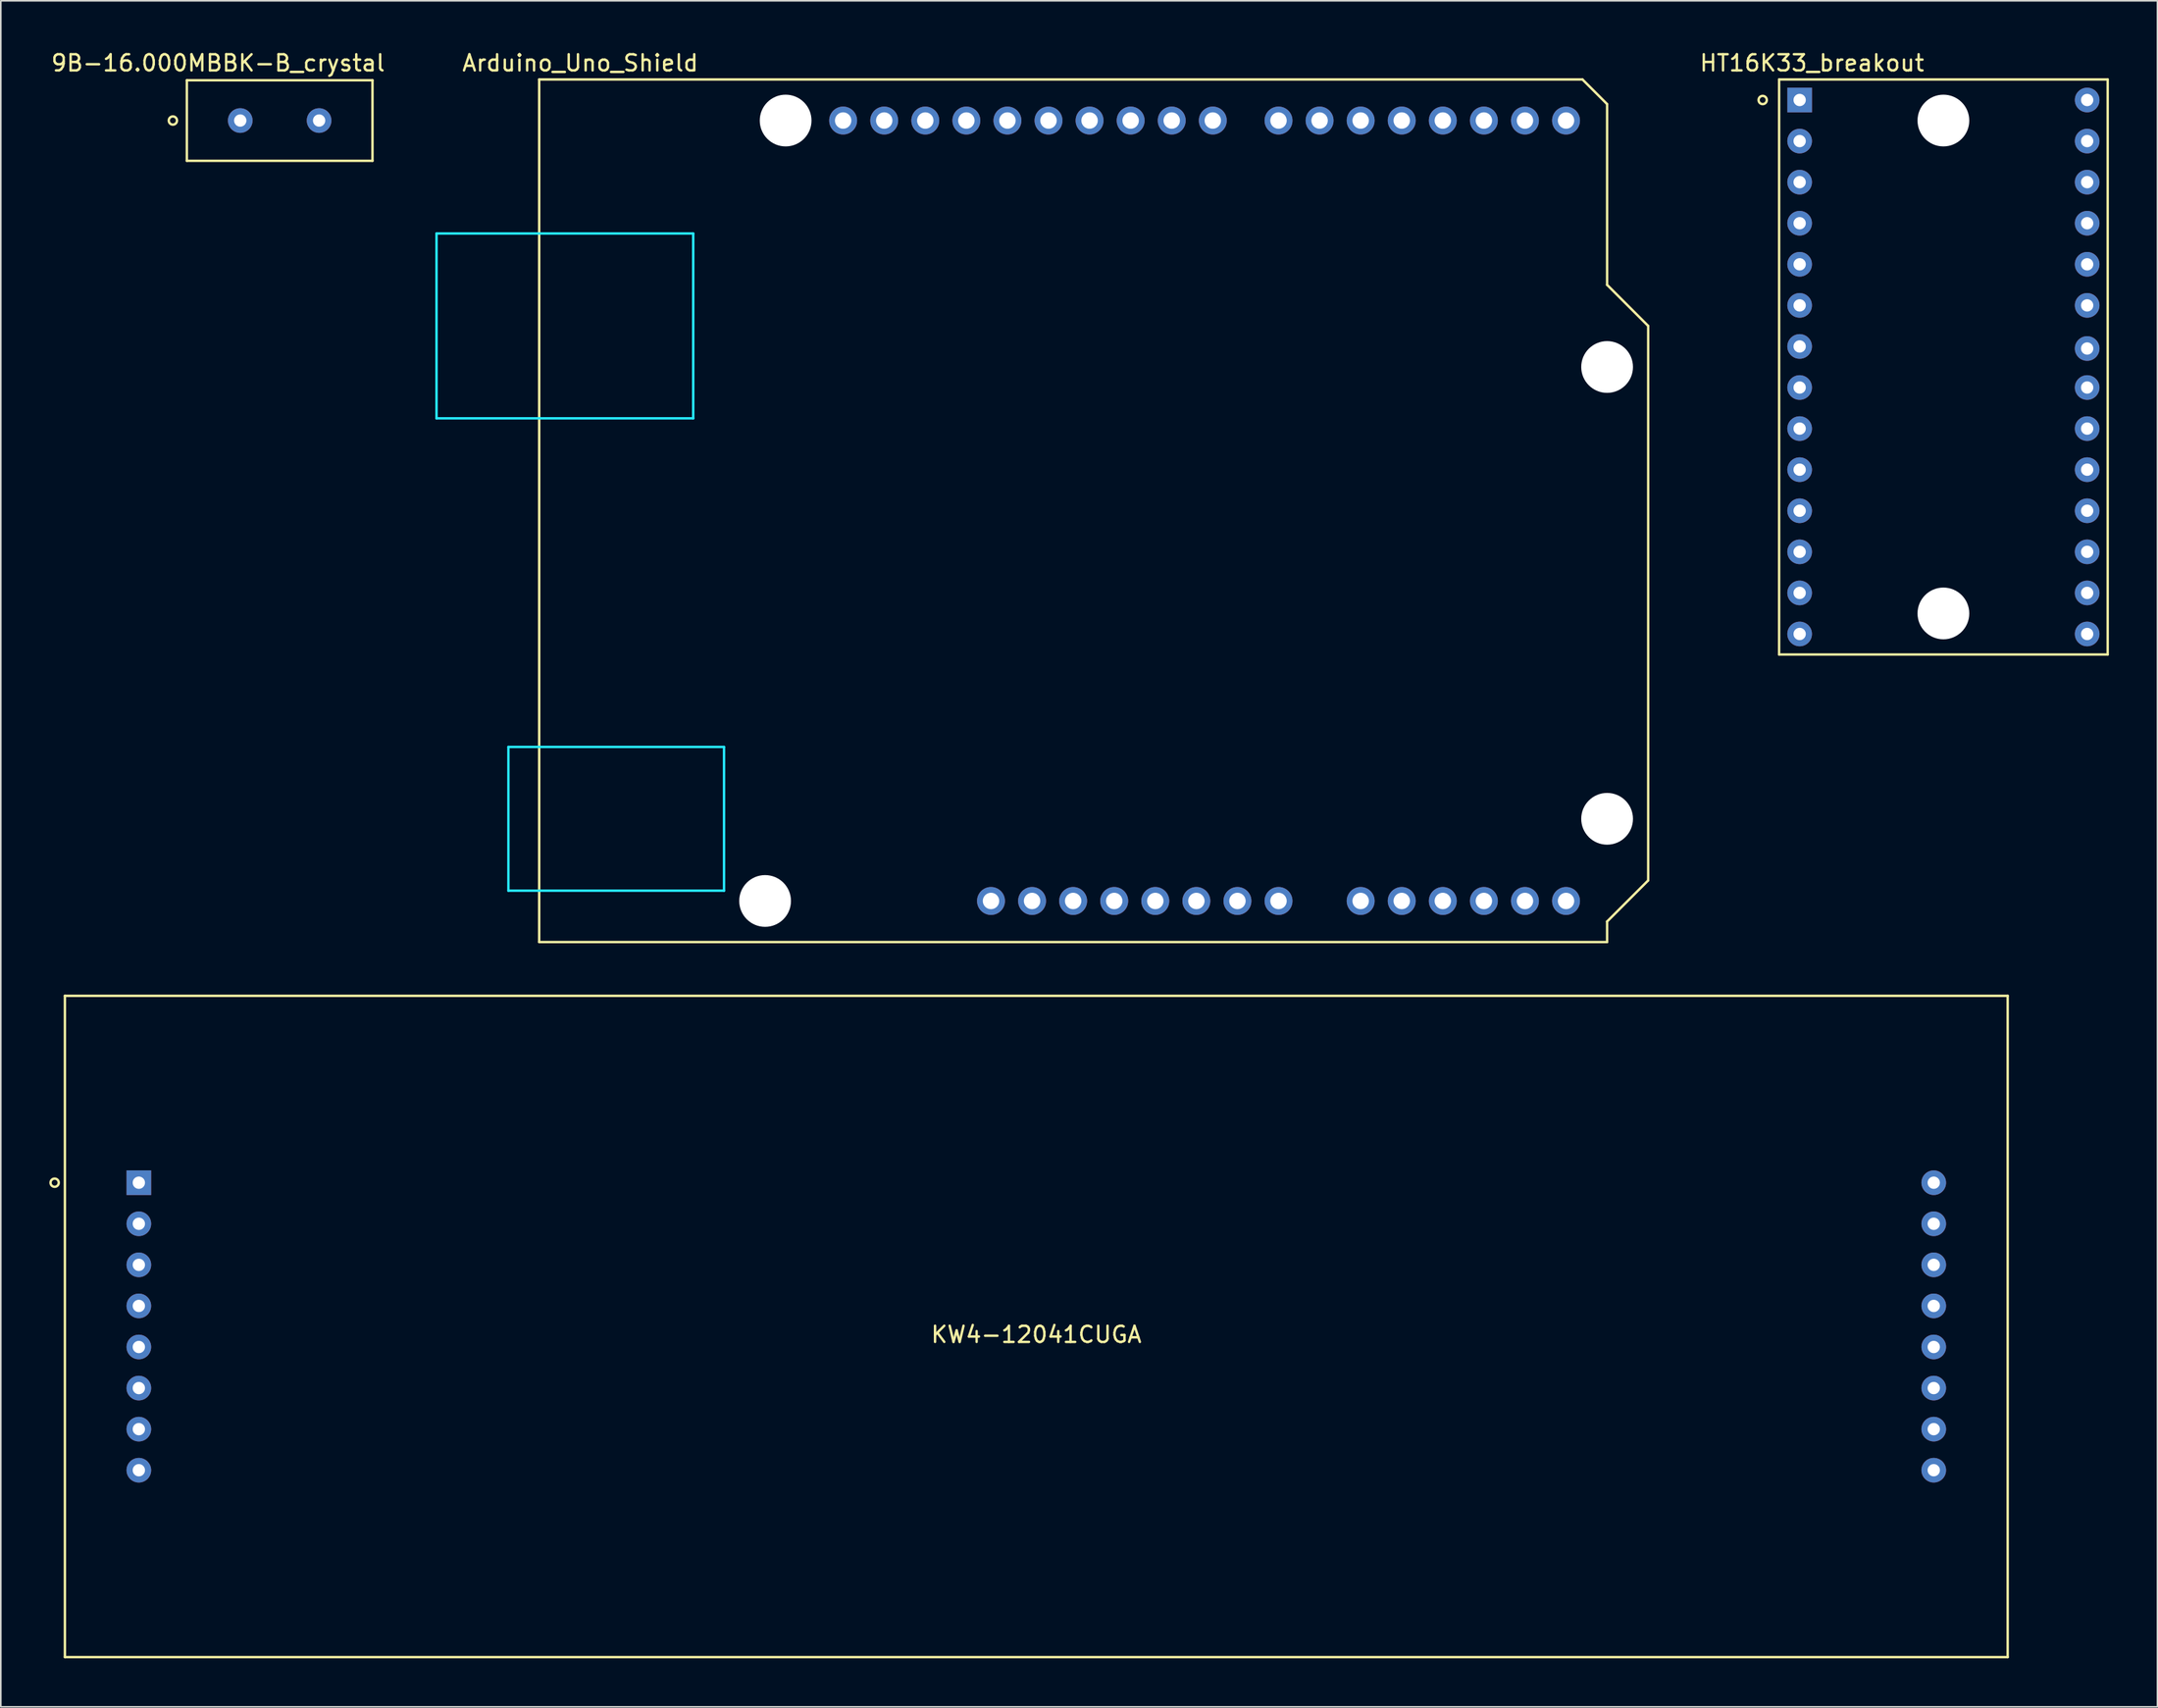
<source format=kicad_pcb>
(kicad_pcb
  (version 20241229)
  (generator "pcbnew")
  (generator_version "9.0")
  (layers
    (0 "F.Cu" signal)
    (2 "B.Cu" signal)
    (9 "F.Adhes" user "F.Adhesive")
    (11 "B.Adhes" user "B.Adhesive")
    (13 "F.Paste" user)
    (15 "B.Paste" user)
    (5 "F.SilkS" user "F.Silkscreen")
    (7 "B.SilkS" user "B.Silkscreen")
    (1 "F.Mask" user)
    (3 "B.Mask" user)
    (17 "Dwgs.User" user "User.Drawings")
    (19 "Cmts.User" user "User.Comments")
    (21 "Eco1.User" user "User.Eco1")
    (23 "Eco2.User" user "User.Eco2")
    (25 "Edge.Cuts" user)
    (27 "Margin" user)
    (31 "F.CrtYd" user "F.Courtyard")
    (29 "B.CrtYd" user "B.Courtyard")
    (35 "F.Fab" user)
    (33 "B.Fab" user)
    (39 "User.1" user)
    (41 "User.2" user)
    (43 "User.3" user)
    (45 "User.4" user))
  (footprint "9B-16.000MBBK-B_crystal"
    (layer "F.Cu")
    (at 14.245 4.404)
    (property "Reference" "9B-16.000MBBK-B_crystal" (at -3.81 -3.556 0) (layer "F.SilkS") (effects (font (size 1 1) (thickness 0.15))))
    (attr through_hole)
    (fp_line (start -5.74 -2.489) (end -5.74 2.489) (stroke (width 0.15) (type solid)) (layer "F.SilkS"))
    (fp_line (start -5.74 -2.489) (end 5.74 -2.489) (stroke (width 0.15) (type solid)) (layer "F.SilkS"))
    (fp_line (start -5.74 2.489) (end 5.74 2.489) (stroke (width 0.15) (type solid)) (layer "F.SilkS"))
    (fp_line (start 5.74 2.489) (end 5.74 -2.489) (stroke (width 0.15) (type solid)) (layer "F.SilkS"))
    (fp_circle (center -6.604 0) (end -6.35 0) (stroke (width 0.15) (type solid)) (fill no) (layer "F.SilkS"))
    (pad "1" thru_hole circle (at -2.438 0) (size 1.524 1.524) (drill 0.762) (layers "*.Cu" "*.Mask"))
    (pad "2" thru_hole circle (at 2.438 0) (size 1.524 1.524) (drill 0.762) (layers "*.Cu" "*.Mask")))
  (footprint "HT16K33_breakout"
    (layer "F.Cu")
    (at 117.131 19.644)
    (property "Reference" "HT16K33_breakout" (at -8.128 -18.796 0) (layer "F.SilkS") (effects (font (size 1 1) (thickness 0.15))))
    (attr through_hole)
    (fp_line (start -10.16 -17.78) (end 10.16 -17.78) (stroke (width 0.15) (type solid)) (layer "F.SilkS"))
    (fp_line (start -10.16 17.78) (end -10.16 -17.78) (stroke (width 0.15) (type solid)) (layer "F.SilkS"))
    (fp_line (start 10.16 -17.78) (end 10.16 17.78) (stroke (width 0.15) (type solid)) (layer "F.SilkS"))
    (fp_line (start 10.16 17.78) (end -10.16 17.78) (stroke (width 0.15) (type solid)) (layer "F.SilkS"))
    (fp_circle (center -11.176 -16.51) (end -10.922 -16.51) (stroke (width 0.15) (type solid)) (fill no) (layer "F.SilkS"))
    (pad "" np_thru_hole circle (at 0 -15.24) (size 3.2 3.2) (drill 3.2) (layers "*.Cu" "*.Mask"))
    (pad "" np_thru_hole circle (at 0 15.24) (size 3.2 3.2) (drill 3.2) (layers "*.Cu" "*.Mask"))
    (pad "1" thru_hole rect (at -8.89 -16.51) (size 1.524 1.524) (drill 0.762) (layers "*.Cu" "*.Mask"))
    (pad "2" thru_hole circle (at -8.89 -13.97) (size 1.524 1.524) (drill 0.762) (layers "*.Cu" "*.Mask"))
    (pad "3" thru_hole circle (at -8.89 -11.43) (size 1.524 1.524) (drill 0.762) (layers "*.Cu" "*.Mask"))
    (pad "4" thru_hole circle (at -8.89 -8.89) (size 1.524 1.524) (drill 0.762) (layers "*.Cu" "*.Mask"))
    (pad "5" thru_hole circle (at -8.89 -6.35) (size 1.524 1.524) (drill 0.762) (layers "*.Cu" "*.Mask"))
    (pad "6" thru_hole circle (at -8.89 -3.81) (size 1.524 1.524) (drill 0.762) (layers "*.Cu" "*.Mask"))
    (pad "7" thru_hole circle (at -8.89 -1.27) (size 1.524 1.524) (drill 0.762) (layers "*.Cu" "*.Mask"))
    (pad "8" thru_hole circle (at -8.89 1.27) (size 1.524 1.524) (drill 0.762) (layers "*.Cu" "*.Mask"))
    (pad "9" thru_hole circle (at -8.89 3.81) (size 1.524 1.524) (drill 0.762) (layers "*.Cu" "*.Mask"))
    (pad "10" thru_hole circle (at -8.89 6.35) (size 1.524 1.524) (drill 0.762) (layers "*.Cu" "*.Mask"))
    (pad "11" thru_hole circle (at -8.89 8.89) (size 1.524 1.524) (drill 0.762) (layers "*.Cu" "*.Mask"))
    (pad "12" thru_hole circle (at -8.89 11.43) (size 1.524 1.524) (drill 0.762) (layers "*.Cu" "*.Mask"))
    (pad "13" thru_hole circle (at -8.89 13.97) (size 1.524 1.524) (drill 0.762) (layers "*.Cu" "*.Mask"))
    (pad "14" thru_hole circle (at -8.89 16.51) (size 1.524 1.524) (drill 0.762) (layers "*.Cu" "*.Mask"))
    (pad "15" thru_hole circle (at 8.89 16.51) (size 1.524 1.524) (drill 0.762) (layers "*.Cu" "*.Mask"))
    (pad "16" thru_hole circle (at 8.89 13.97) (size 1.524 1.524) (drill 0.762) (layers "*.Cu" "*.Mask"))
    (pad "17" thru_hole circle (at 8.89 11.43) (size 1.524 1.524) (drill 0.762) (layers "*.Cu" "*.Mask"))
    (pad "18" thru_hole circle (at 8.89 8.89) (size 1.524 1.524) (drill 0.762) (layers "*.Cu" "*.Mask"))
    (pad "19" thru_hole circle (at 8.89 6.35) (size 1.524 1.524) (drill 0.762) (layers "*.Cu" "*.Mask"))
    (pad "20" thru_hole circle (at 8.89 3.81) (size 1.524 1.524) (drill 0.762) (layers "*.Cu" "*.Mask"))
    (pad "21" thru_hole circle (at 8.89 1.27) (size 1.524 1.524) (drill 0.762) (layers "*.Cu" "*.Mask"))
    (pad "22" thru_hole circle (at 8.89 -1.143) (size 1.524 1.524) (drill 0.762) (layers "*.Cu" "*.Mask"))
    (pad "23" thru_hole circle (at 8.89 -3.81) (size 1.524 1.524) (drill 0.762) (layers "*.Cu" "*.Mask"))
    (pad "24" thru_hole circle (at 8.89 -6.35) (size 1.524 1.524) (drill 0.762) (layers "*.Cu" "*.Mask"))
    (pad "25" thru_hole circle (at 8.89 -8.89) (size 1.524 1.524) (drill 0.762) (layers "*.Cu" "*.Mask"))
    (pad "26" thru_hole circle (at 8.89 -11.43) (size 1.524 1.524) (drill 0.762) (layers "*.Cu" "*.Mask"))
    (pad "27" thru_hole circle (at 8.89 -13.97) (size 1.524 1.524) (drill 0.762) (layers "*.Cu" "*.Mask"))
    (pad "28" thru_hole circle (at 8.89 -16.51) (size 1.524 1.524) (drill 0.762) (layers "*.Cu" "*.Mask")))
  (footprint "KW4-12041CUGA"
    (layer "F.Cu")
    (at 61.035 78.976)
    (property "Reference" "KW4-12041CUGA" (at 0 0.5 0) (layer "F.SilkS") (effects (font (size 1 1) (thickness 0.15))))
    (attr through_hole)
    (fp_line (start -60.071 -20.447) (end 60.071 -20.447) (stroke (width 0.15) (type solid)) (layer "F.SilkS"))
    (fp_line (start -60.071 20.447) (end -60.071 -20.447) (stroke (width 0.15) (type solid)) (layer "F.SilkS"))
    (fp_line (start 60.071 -20.447) (end 60.071 20.447) (stroke (width 0.15) (type solid)) (layer "F.SilkS"))
    (fp_line (start 60.071 20.447) (end -60.071 20.447) (stroke (width 0.15) (type solid)) (layer "F.SilkS"))
    (fp_circle (center -60.706 -8.89) (end -60.452 -8.89) (stroke (width 0.15) (type solid)) (fill no) (layer "F.SilkS"))
    (pad "1" thru_hole rect (at -55.499 -8.89) (size 1.524 1.524) (drill 0.762) (layers "*.Cu" "*.Mask"))
    (pad "2" thru_hole circle (at -55.499 -6.35) (size 1.524 1.524) (drill 0.762) (layers "*.Cu" "*.Mask"))
    (pad "3" thru_hole circle (at -55.499 -3.81) (size 1.524 1.524) (drill 0.762) (layers "*.Cu" "*.Mask"))
    (pad "4" thru_hole circle (at -55.499 -1.27) (size 1.524 1.524) (drill 0.762) (layers "*.Cu" "*.Mask"))
    (pad "5" thru_hole circle (at -55.499 1.27) (size 1.524 1.524) (drill 0.762) (layers "*.Cu" "*.Mask"))
    (pad "6" thru_hole circle (at -55.499 3.81) (size 1.524 1.524) (drill 0.762) (layers "*.Cu" "*.Mask"))
    (pad "7" thru_hole circle (at -55.499 6.35) (size 1.524 1.524) (drill 0.762) (layers "*.Cu" "*.Mask"))
    (pad "8" thru_hole circle (at -55.499 8.89) (size 1.524 1.524) (drill 0.762) (layers "*.Cu" "*.Mask"))
    (pad "9" thru_hole circle (at 55.499 8.89) (size 1.524 1.524) (drill 0.762) (layers "*.Cu" "*.Mask"))
    (pad "10" thru_hole circle (at 55.499 6.35) (size 1.524 1.524) (drill 0.762) (layers "*.Cu" "*.Mask"))
    (pad "11" thru_hole circle (at 55.499 3.81) (size 1.524 1.524) (drill 0.762) (layers "*.Cu" "*.Mask"))
    (pad "12" thru_hole circle (at 55.499 1.27) (size 1.524 1.524) (drill 0.762) (layers "*.Cu" "*.Mask"))
    (pad "13" thru_hole circle (at 55.499 -1.27) (size 1.524 1.524) (drill 0.762) (layers "*.Cu" "*.Mask"))
    (pad "14" thru_hole circle (at 55.499 -3.81) (size 1.524 1.524) (drill 0.762) (layers "*.Cu" "*.Mask"))
    (pad "15" thru_hole circle (at 55.499 -6.35) (size 1.524 1.524) (drill 0.762) (layers "*.Cu" "*.Mask"))
    (pad "16" thru_hole circle (at 55.499 -8.89) (size 1.524 1.524) (drill 0.762) (layers "*.Cu" "*.Mask")))
  (footprint "Arduino_Uno_Shield"
    (layer "F.Cu")
    (at 30.294 55.204)
    (property "Reference" "Arduino_Uno_Shield" (at 2.54 -54.356 0) (layer "F.SilkS") (effects (font (size 1 1) (thickness 0.15))))
    (attr through_hole)
    (fp_line (start 0 -53.34) (end 0 0) (stroke (width 0.15) (type solid)) (layer "F.SilkS"))
    (fp_line (start 0 -53.34) (end 64.516 -53.34) (stroke (width 0.15) (type solid)) (layer "F.SilkS"))
    (fp_line (start 0 0) (end 66.04 0) (stroke (width 0.15) (type solid)) (layer "F.SilkS"))
    (fp_line (start 64.516 -53.34) (end 66.04 -51.816) (stroke (width 0.15) (type solid)) (layer "F.SilkS"))
    (fp_line (start 66.04 -40.64) (end 66.04 -51.816) (stroke (width 0.15) (type solid)) (layer "F.SilkS"))
    (fp_line (start 66.04 -1.27) (end 68.58 -3.81) (stroke (width 0.15) (type solid)) (layer "F.SilkS"))
    (fp_line (start 66.04 0) (end 66.04 -1.27) (stroke (width 0.15) (type solid)) (layer "F.SilkS"))
    (fp_line (start 68.58 -38.1) (end 66.04 -40.64) (stroke (width 0.15) (type solid)) (layer "F.SilkS"))
    (fp_line (start 68.58 -3.81) (end 68.58 -38.1) (stroke (width 0.15) (type solid)) (layer "F.SilkS"))
    (fp_line (start -6.35 -43.815) (end -6.35 -32.385) (stroke (width 0.15) (type solid)) (layer "B.CrtYd"))
    (fp_line (start -1.905 -12.065) (end -1.905 -3.175) (stroke (width 0.15) (type solid)) (layer "B.CrtYd"))
    (fp_line (start -1.905 -12.065) (end 11.43 -12.065) (stroke (width 0.15) (type solid)) (layer "B.CrtYd"))
    (fp_line (start -1.905 -3.175) (end 11.43 -3.175) (stroke (width 0.15) (type solid)) (layer "B.CrtYd"))
    (fp_line (start 9.525 -43.815) (end -6.35 -43.815) (stroke (width 0.15) (type solid)) (layer "B.CrtYd"))
    (fp_line (start 9.525 -43.815) (end 9.525 -32.385) (stroke (width 0.15) (type solid)) (layer "B.CrtYd"))
    (fp_line (start 9.525 -32.385) (end -6.35 -32.385) (stroke (width 0.15) (type solid)) (layer "B.CrtYd"))
    (fp_line (start 11.43 -12.065) (end 11.43 -3.175) (stroke (width 0.15) (type solid)) (layer "B.CrtYd"))
    (pad "" np_thru_hole circle (at 13.97 -2.54) (size 3.2 3.2) (drill 3.2) (layers "*.Cu" "*.Mask"))
    (pad "" np_thru_hole circle (at 15.24 -50.8) (size 3.2 3.2) (drill 3.2) (layers "*.Cu" "*.Mask"))
    (pad "" np_thru_hole circle (at 66.04 -35.56) (size 3.2 3.2) (drill 3.2) (layers "*.Cu" "*.Mask"))
    (pad "" np_thru_hole circle (at 66.04 -7.62) (size 3.2 3.2) (drill 3.2) (layers "*.Cu" "*.Mask"))
    (pad "3V3" thru_hole oval (at 35.56 -2.54) (size 1.727 1.727) (drill 1.016) (layers "*.Cu" "*.Mask"))
    (pad "5VA" thru_hole oval (at 38.1 -2.54) (size 1.727 1.727) (drill 1.016) (layers "*.Cu" "*.Mask"))
    (pad "A0" thru_hole oval (at 50.8 -2.54) (size 1.727 1.727) (drill 1.016) (layers "*.Cu" "*.Mask"))
    (pad "A1" thru_hole oval (at 53.34 -2.54) (size 1.727 1.727) (drill 1.016) (layers "*.Cu" "*.Mask"))
    (pad "A2" thru_hole oval (at 55.88 -2.54) (size 1.727 1.727) (drill 1.016) (layers "*.Cu" "*.Mask"))
    (pad "A3" thru_hole oval (at 58.42 -2.54) (size 1.727 1.727) (drill 1.016) (layers "*.Cu" "*.Mask"))
    (pad "A4" thru_hole oval (at 60.96 -2.54) (size 1.727 1.727) (drill 1.016) (layers "*.Cu" "*.Mask"))
    (pad "A5" thru_hole oval (at 63.5 -2.54) (size 1.727 1.727) (drill 1.016) (layers "*.Cu" "*.Mask"))
    (pad "AREF" thru_hole oval (at 23.876 -50.8) (size 1.727 1.727) (drill 1.016) (layers "*.Cu" "*.Mask"))
    (pad "D0" thru_hole oval (at 63.5 -50.8) (size 1.727 1.727) (drill 1.016) (layers "*.Cu" "*.Mask"))
    (pad "D1" thru_hole oval (at 60.96 -50.8) (size 1.727 1.727) (drill 1.016) (layers "*.Cu" "*.Mask"))
    (pad "D2" thru_hole oval (at 58.42 -50.8) (size 1.727 1.727) (drill 1.016) (layers "*.Cu" "*.Mask"))
    (pad "D3" thru_hole oval (at 55.88 -50.8) (size 1.727 1.727) (drill 1.016) (layers "*.Cu" "*.Mask"))
    (pad "D4" thru_hole oval (at 53.34 -50.8) (size 1.727 1.727) (drill 1.016) (layers "*.Cu" "*.Mask"))
    (pad "D5" thru_hole oval (at 50.8 -50.8) (size 1.727 1.727) (drill 1.016) (layers "*.Cu" "*.Mask"))
    (pad "D6" thru_hole oval (at 48.26 -50.8) (size 1.727 1.727) (drill 1.016) (layers "*.Cu" "*.Mask"))
    (pad "D7" thru_hole oval (at 45.72 -50.8) (size 1.727 1.727) (drill 1.016) (layers "*.Cu" "*.Mask"))
    (pad "D8" thru_hole oval (at 41.656 -50.8) (size 1.727 1.727) (drill 1.016) (layers "*.Cu" "*.Mask"))
    (pad "D9" thru_hole oval (at 39.116 -50.8) (size 1.727 1.727) (drill 1.016) (layers "*.Cu" "*.Mask"))
    (pad "D10" thru_hole oval (at 36.576 -50.8) (size 1.727 1.727) (drill 1.016) (layers "*.Cu" "*.Mask"))
    (pad "D11" thru_hole oval (at 34.036 -50.8) (size 1.727 1.727) (drill 1.016) (layers "*.Cu" "*.Mask"))
    (pad "D12" thru_hole oval (at 31.496 -50.8) (size 1.727 1.727) (drill 1.016) (layers "*.Cu" "*.Mask"))
    (pad "D13" thru_hole oval (at 28.956 -50.8) (size 1.727 1.727) (drill 1.016) (layers "*.Cu" "*.Mask"))
    (pad "GND1" thru_hole oval (at 40.64 -2.54) (size 1.727 1.727) (drill 1.016) (layers "*.Cu" "*.Mask"))
    (pad "GND2" thru_hole oval (at 43.18 -2.54) (size 1.727 1.727) (drill 1.016) (layers "*.Cu" "*.Mask"))
    (pad "GND3" thru_hole oval (at 26.416 -50.8) (size 1.727 1.727) (drill 1.016) (layers "*.Cu" "*.Mask"))
    (pad "IORF" thru_hole oval (at 30.48 -2.54) (size 1.727 1.727) (drill 1.016) (layers "*.Cu" "*.Mask"))
    (pad "NC" thru_hole oval (at 27.94 -2.54) (size 1.727 1.727) (drill 1.016) (layers "*.Cu" "*.Mask"))
    (pad "RST1" thru_hole oval (at 33.02 -2.54) (size 1.727 1.727) (drill 1.016) (layers "*.Cu" "*.Mask"))
    (pad "SCL" thru_hole oval (at 18.796 -50.8) (size 1.727 1.727) (drill 1.016) (layers "*.Cu" "*.Mask"))
    (pad "SDA" thru_hole oval (at 21.336 -50.8) (size 1.727 1.727) (drill 1.016) (layers "*.Cu" "*.Mask"))
    (pad "V_IN" thru_hole oval (at 45.72 -2.54) (size 1.727 1.727) (drill 1.016) (layers "*.Cu" "*.Mask")))
  (gr_rect
    (start -3 -3)
    (end 130.366 102.498)
    (stroke (width 0.1) (type default))
    (fill no)
    (layer "Edge.Cuts")))
</source>
